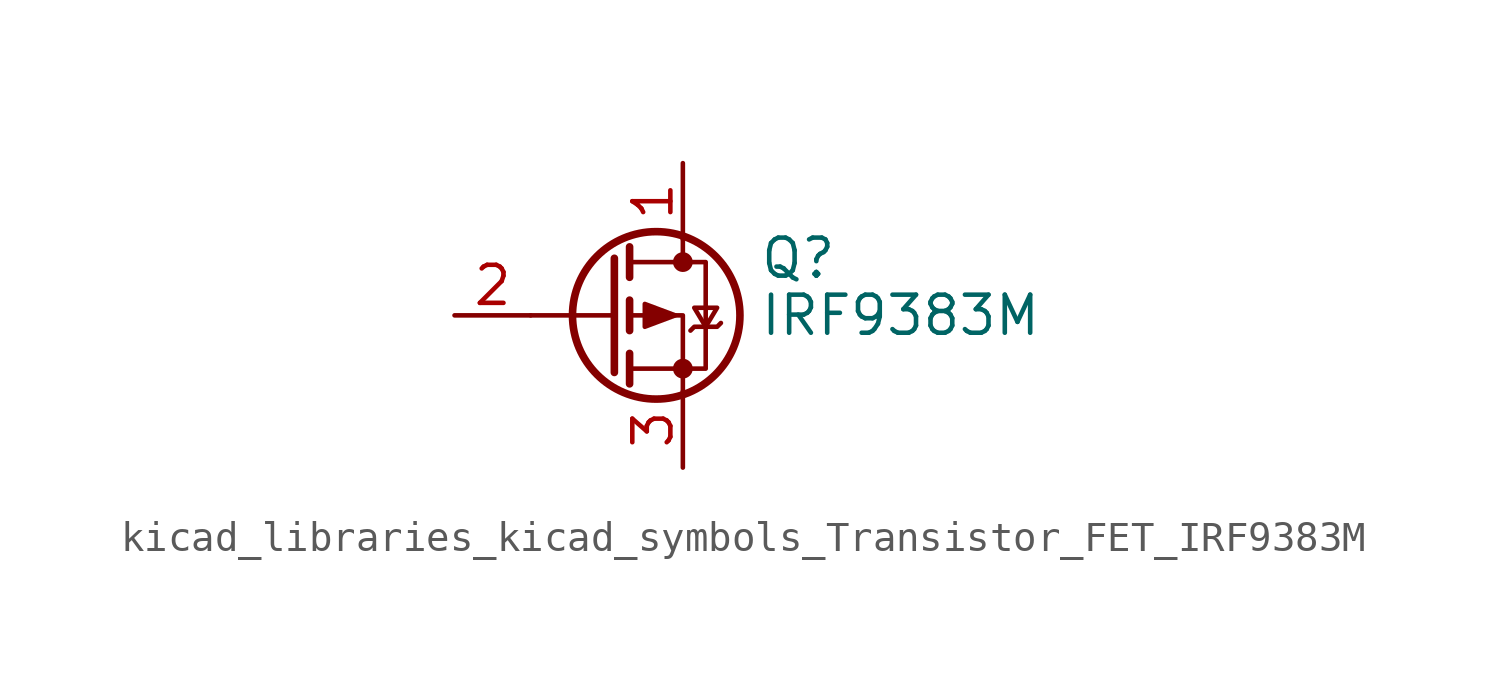
<source format=kicad_sym>
(kicad_symbol_lib
  (version 20220914)
  (generator kicad_symbol_editor)
  (symbol "kicad_libraries_kicad_symbols_Transistor_FET_IRF9383M"
    (pin_names hide)
    (property "Reference" "Q"
      (at 5.08 1.905 0)
      (effects (font (size 1.27 1.27)) (justify left)))
    (property "Value" "IRF9383M"
      (at 5.08 0 0)
      (effects (font (size 1.27 1.27)) (justify left)))
    (symbol "kicad_libraries_kicad_symbols_Transistor_FET_IRF9383M_0_1"
      (polyline (pts (xy 0.254 0) (xy -2.54 0)) (stroke (width 0) (type default)) (fill (type none)))
      (polyline (pts (xy 0.254 1.905) (xy 0.254 -1.905)) (stroke (width 0.254) (type default)) (fill (type none)))
      (polyline (pts (xy 0.762 -1.27) (xy 0.762 -2.286)) (stroke (width 0.254) (type default)) (fill (type none)))
      (polyline (pts (xy 0.762 0.508) (xy 0.762 -0.508)) (stroke (width 0.254) (type default)) (fill (type none)))
      (polyline (pts (xy 0.762 2.286) (xy 0.762 1.27)) (stroke (width 0.254) (type default)) (fill (type none)))
      (polyline (pts (xy 2.54 2.54) (xy 2.54 1.778)) (stroke (width 0) (type default)) (fill (type none)))
      (polyline (pts (xy 2.54 -2.54) (xy 2.54 0) (xy 0.762 0)) (stroke (width 0) (type default)) (fill (type none)))
      (polyline (pts (xy 0.762 1.778) (xy 3.302 1.778) (xy 3.302 -1.778) (xy 0.762 -1.778)) (stroke (width 0) (type default)) (fill (type none)))
      (polyline (pts (xy 2.286 0) (xy 1.27 0.381) (xy 1.27 -0.381) (xy 2.286 0)) (stroke (width 0) (type default)) (fill (type outline)))
      (polyline (pts (xy 2.794 -0.508) (xy 2.921 -0.381) (xy 3.683 -0.381) (xy 3.81 -0.254)) (stroke (width 0) (type default)) (fill (type none)))
      (polyline (pts (xy 3.302 -0.381) (xy 2.921 0.254) (xy 3.683 0.254) (xy 3.302 -0.381)) (stroke (width 0) (type default)) (fill (type none)))
      (circle (center 1.651 0) (radius 2.794) (stroke (width 0.254) (type default)) (fill (type none)))
      (circle (center 2.54 -1.778) (radius 0.254) (stroke (width 0) (type default)) (fill (type outline)))
      (circle (center 2.54 1.778) (radius 0.254) (stroke (width 0) (type default)) (fill (type outline))))
    (symbol "kicad_libraries_kicad_symbols_Transistor_FET_IRF9383M_1_1"
      (pin passive line (at 2.54 5.08 270) (length 2.54) (name "D" (effects (font (size 1.27 1.27)))) (number "1" (effects (font (size 1.27 1.27)))))
      (pin input line (at -5.08 0 0) (length 2.54) (name "G" (effects (font (size 1.27 1.27)))) (number "2" (effects (font (size 1.27 1.27)))))
      (pin passive line (at 2.54 -5.08 90) (length 2.54) (name "S" (effects (font (size 1.27 1.27)))) (number "3" (effects (font (size 1.27 1.27))))))))
</source>
